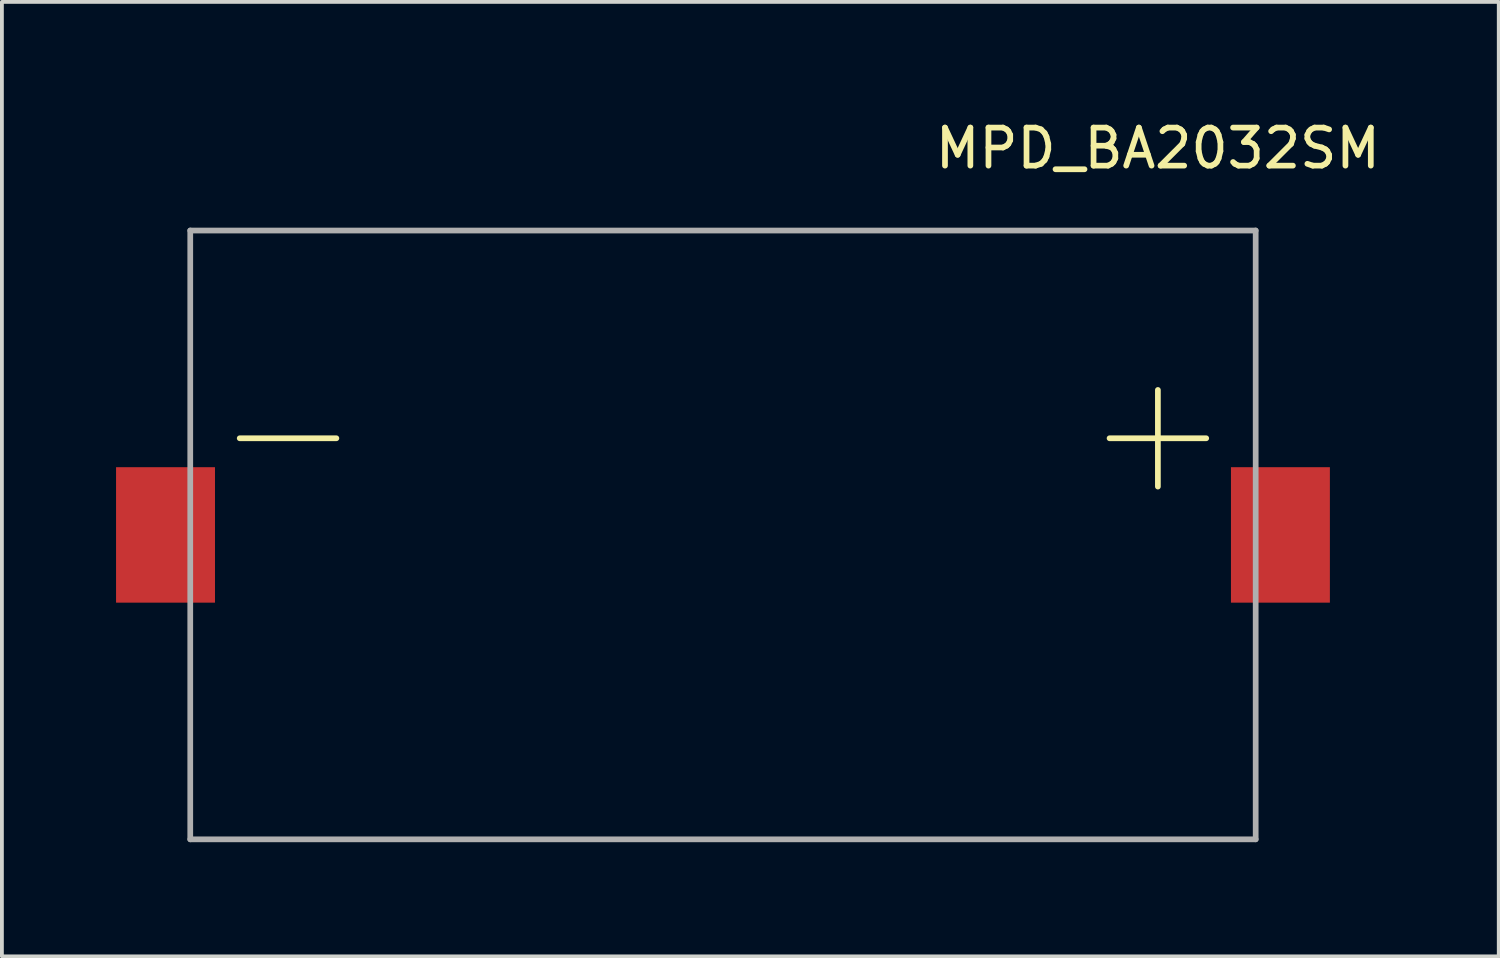
<source format=kicad_pcb>
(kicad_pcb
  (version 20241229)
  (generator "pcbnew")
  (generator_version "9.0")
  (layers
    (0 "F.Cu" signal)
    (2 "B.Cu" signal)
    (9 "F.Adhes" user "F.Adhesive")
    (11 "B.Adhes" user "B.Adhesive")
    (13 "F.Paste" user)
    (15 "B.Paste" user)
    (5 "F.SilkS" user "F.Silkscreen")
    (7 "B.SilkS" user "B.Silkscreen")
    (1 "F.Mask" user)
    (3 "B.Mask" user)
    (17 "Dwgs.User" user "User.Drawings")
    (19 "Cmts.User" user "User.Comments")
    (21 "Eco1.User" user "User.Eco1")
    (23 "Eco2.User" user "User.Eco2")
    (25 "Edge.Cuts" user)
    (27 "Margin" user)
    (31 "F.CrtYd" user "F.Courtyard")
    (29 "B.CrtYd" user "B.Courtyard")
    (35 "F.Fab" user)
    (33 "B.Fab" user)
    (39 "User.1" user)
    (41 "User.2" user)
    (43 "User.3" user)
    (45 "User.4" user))
  (footprint "MPD_BA2032SM"
    (layer "F.Cu")
    (at 15.95 11.008)
    (property "Reference" "MPD_BA2032SM" (at 11.43 -10.16 0) (layer "F.SilkS") (effects (font (size 1 1) (thickness 0.15))))
    (attr through_hole)
    (fp_line (start -12.7 -2.54) (end -10.16 -2.54) (stroke (width 0.15) (type solid)) (layer "F.SilkS"))
    (fp_line (start 10.16 -2.54) (end 12.7 -2.54) (stroke (width 0.15) (type solid)) (layer "F.SilkS"))
    (fp_line (start 11.43 -3.81) (end 11.43 -1.27) (stroke (width 0.15) (type solid)) (layer "F.SilkS"))
    (fp_line (start -14 -8) (end 14 -8) (stroke (width 0.15) (type solid)) (layer "F.Fab"))
    (fp_line (start -14 8) (end -14 -8) (stroke (width 0.15) (type solid)) (layer "F.Fab"))
    (fp_line (start 14 -8) (end 14 8) (stroke (width 0.15) (type solid)) (layer "F.Fab"))
    (fp_line (start 14 8) (end -14 8) (stroke (width 0.15) (type solid)) (layer "F.Fab"))
    (pad "1" smd rect (at 14.65 0) (size 2.6 3.56) (layers "F.Cu" "F.Mask" "F.Paste"))
    (pad "2" smd rect (at -14.65 0) (size 2.6 3.56) (layers "F.Cu" "F.Mask" "F.Paste")))
  (gr_rect
    (start -3 -3)
    (end 36.338 22.083)
    (stroke (width 0.1) (type default))
    (fill no)
    (layer "Edge.Cuts")))
</source>
